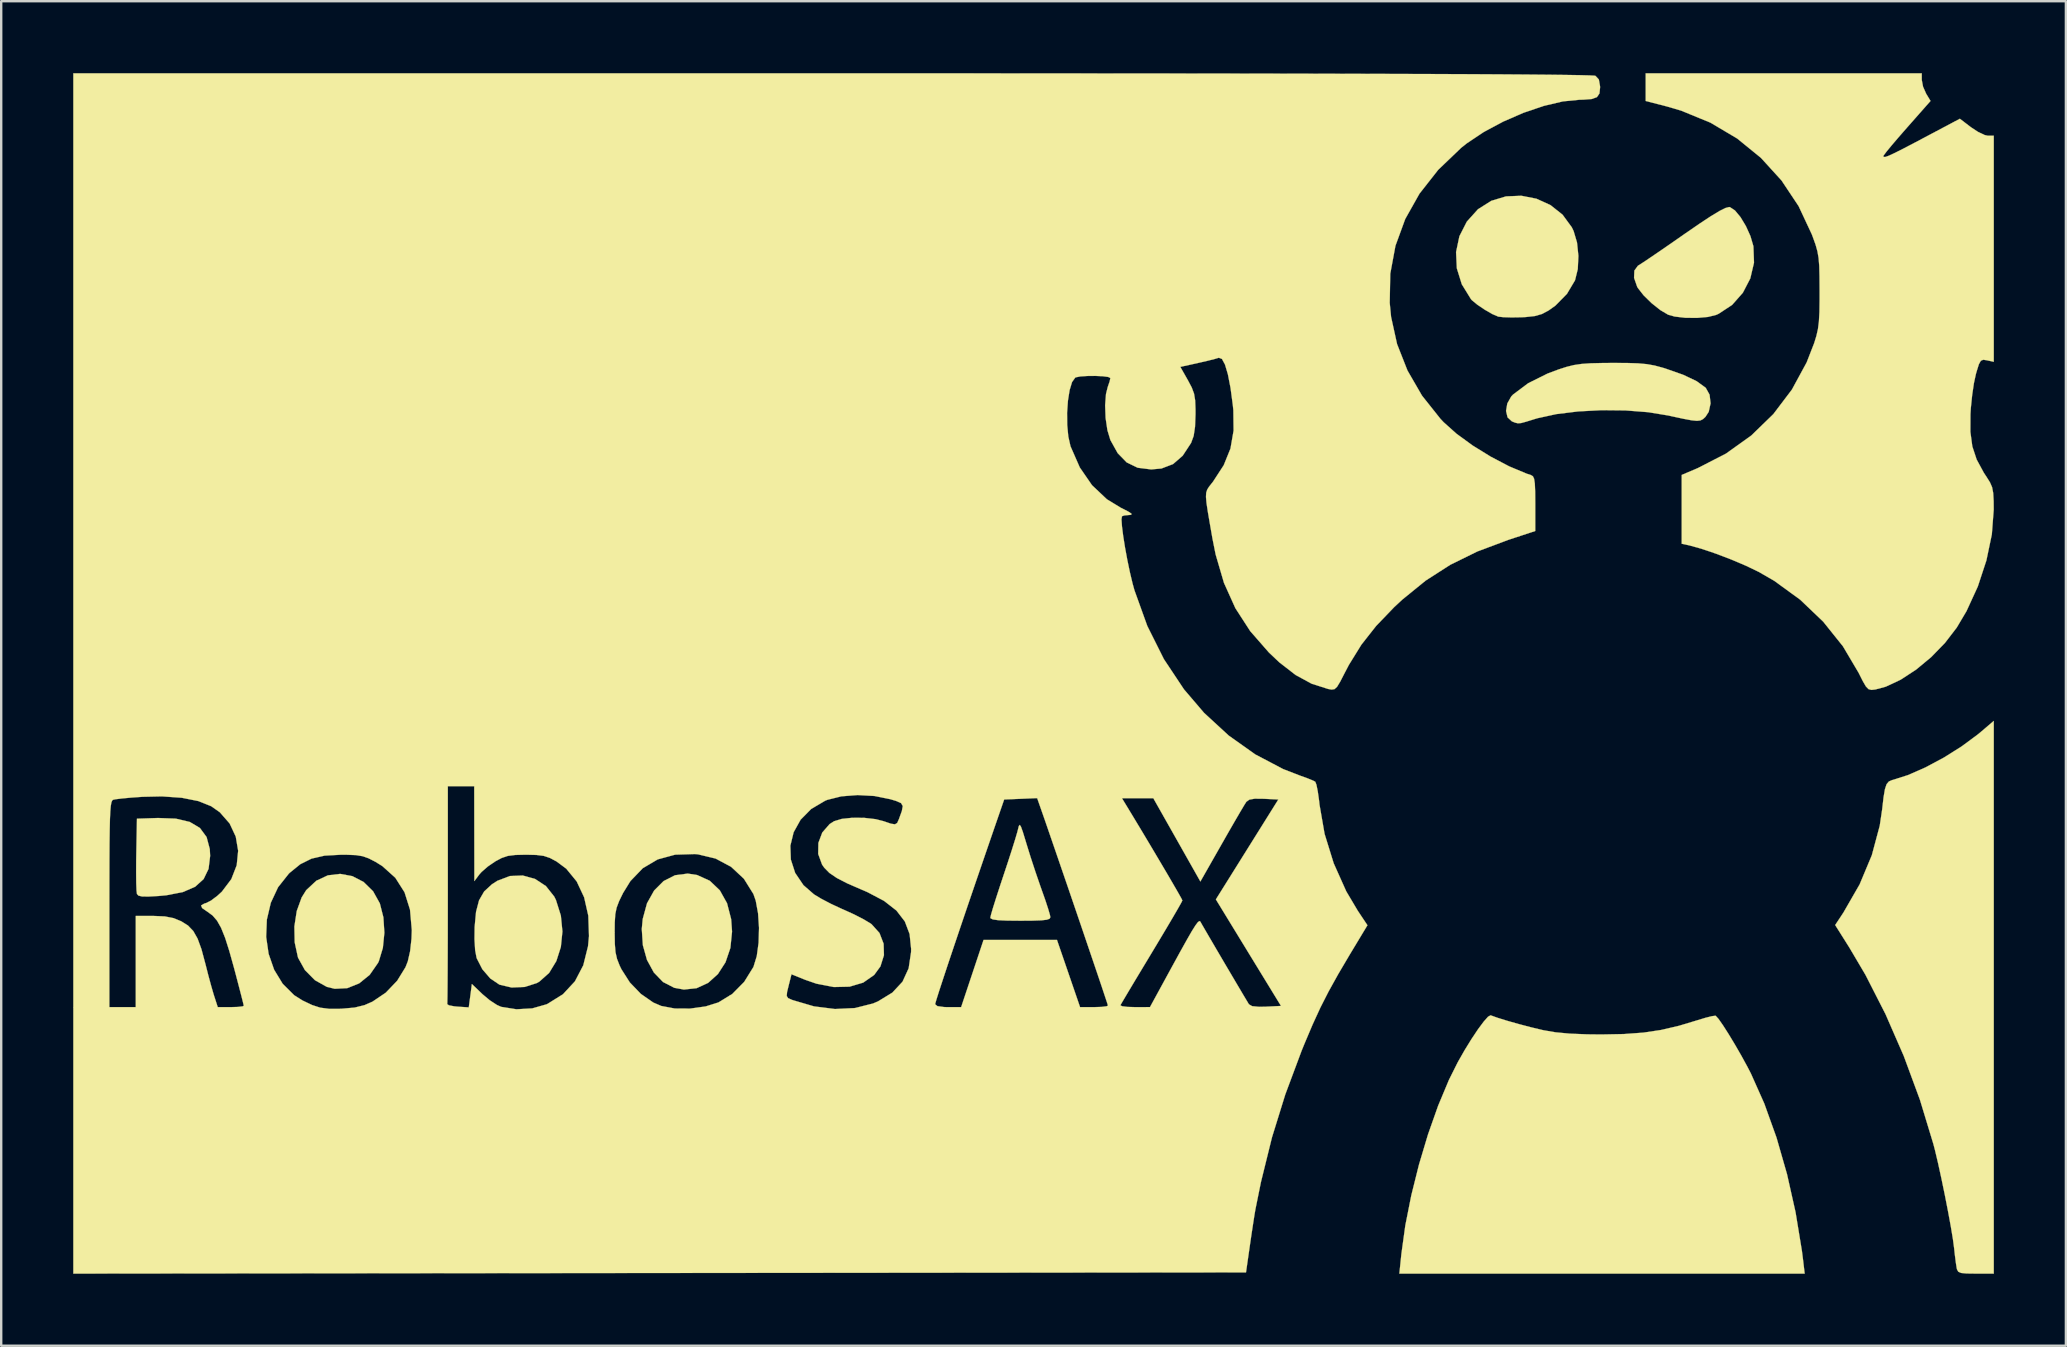
<source format=kicad_pcb>
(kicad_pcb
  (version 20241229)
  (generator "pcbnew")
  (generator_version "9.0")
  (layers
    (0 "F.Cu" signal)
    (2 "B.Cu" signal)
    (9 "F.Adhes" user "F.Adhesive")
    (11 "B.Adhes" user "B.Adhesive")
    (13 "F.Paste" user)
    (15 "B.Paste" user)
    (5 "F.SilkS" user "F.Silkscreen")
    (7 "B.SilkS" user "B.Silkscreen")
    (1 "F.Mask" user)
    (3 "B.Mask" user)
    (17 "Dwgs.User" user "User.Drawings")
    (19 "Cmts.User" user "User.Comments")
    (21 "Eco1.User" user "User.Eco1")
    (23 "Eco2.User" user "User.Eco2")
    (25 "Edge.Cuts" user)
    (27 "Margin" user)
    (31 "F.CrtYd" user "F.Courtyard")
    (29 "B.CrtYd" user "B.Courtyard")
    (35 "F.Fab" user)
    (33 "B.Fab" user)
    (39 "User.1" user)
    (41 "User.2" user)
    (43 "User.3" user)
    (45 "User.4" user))
  (footprint "board"
    (layer "F.Cu")
    (at 40.005 25.005)
    (property "Reference" "board" (at 0 0 0) (layer "F.SilkS") (effects (font (size 1.524 1.524) (thickness 0.3))))
    (attr through_hole)
    (fp_poly (pts (xy -35.73 6.048) (xy -35.149 6.185) (xy -34.725 6.439) (xy -34.449 6.814) (xy -34.316 7.314) (xy -34.301 7.6) (xy -34.367 8.139) (xy -34.572 8.564) (xy -34.925 8.884) (xy -35.439 9.107) (xy -36.122 9.239) (xy -36.438 9.269) (xy -36.87 9.293) (xy -37.141 9.289) (xy -37.289 9.253) (xy -37.35 9.185) (xy -37.368 9.038) (xy -37.38 8.731) (xy -37.384 8.302) (xy -37.382 7.79) (xy -37.378 7.546) (xy -37.35 6.05) (xy -36.473 6.021) (xy -35.73 6.048)) (stroke (width 0.01) (type solid)) (fill yes) (layer "F.SilkS"))
    (fp_poly (pts (xy -14.013 8.397) (xy -13.487 8.636) (xy -13.069 9.034) (xy -12.768 9.572) (xy -12.597 10.233) (xy -12.56 10.754) (xy -12.629 11.434) (xy -12.832 12.03) (xy -13.148 12.521) (xy -13.555 12.888) (xy -14.035 13.11) (xy -14.565 13.167) (xy -14.968 13.094) (xy -15.435 12.853) (xy -15.818 12.456) (xy -16.103 11.934) (xy -16.275 11.32) (xy -16.32 10.645) (xy -16.28 10.226) (xy -16.102 9.573) (xy -15.805 9.042) (xy -15.41 8.647) (xy -14.936 8.406) (xy -14.405 8.336) (xy -14.013 8.397)) (stroke (width 0.01) (type solid)) (fill yes) (layer "F.SilkS"))
    (fp_poly (pts (xy -28.376 8.443) (xy -27.908 8.686) (xy -27.513 9.073) (xy -27.231 9.58) (xy -27.084 10.158) (xy -27.043 10.801) (xy -27.106 11.433) (xy -27.271 11.979) (xy -27.308 12.057) (xy -27.654 12.554) (xy -28.092 12.909) (xy -28.589 13.109) (xy -29.11 13.135) (xy -29.438 13.056) (xy -29.936 12.777) (xy -30.353 12.356) (xy -30.633 11.852) (xy -30.646 11.816) (xy -30.779 11.2) (xy -30.792 10.539) (xy -30.693 9.895) (xy -30.488 9.329) (xy -30.298 9.025) (xy -29.879 8.634) (xy -29.397 8.41) (xy -28.884 8.349) (xy -28.376 8.443)) (stroke (width 0.01) (type solid)) (fill yes) (layer "F.SilkS"))
    (fp_poly (pts (xy -20.763 8.561) (xy -20.313 8.857) (xy -19.968 9.292) (xy -19.895 9.439) (xy -19.691 10.086) (xy -19.626 10.749) (xy -19.691 11.393) (xy -19.879 11.98) (xy -20.179 12.473) (xy -20.585 12.835) (xy -20.696 12.898) (xy -21.198 13.059) (xy -21.744 13.082) (xy -22.245 12.964) (xy -22.255 12.959) (xy -22.63 12.706) (xy -22.962 12.321) (xy -23.193 11.87) (xy -23.203 11.841) (xy -23.262 11.527) (xy -23.289 11.069) (xy -23.283 10.56) (xy -23.224 9.928) (xy -23.099 9.45) (xy -22.887 9.082) (xy -22.566 8.785) (xy -22.337 8.637) (xy -21.815 8.438) (xy -21.277 8.417) (xy -20.763 8.561)) (stroke (width 0.01) (type solid)) (fill yes) (layer "F.SilkS"))
    (fp_poly (pts (xy -0.524 6.383) (xy -0.446 6.6) (xy -0.329 6.983) (xy -0.293 7.103) (xy -0.124 7.647) (xy 0.08 8.268) (xy 0.283 8.859) (xy 0.344 9.03) (xy 0.493 9.452) (xy 0.611 9.814) (xy 0.684 10.067) (xy 0.7 10.155) (xy 0.667 10.217) (xy 0.549 10.259) (xy 0.316 10.284) (xy -0.061 10.297) (xy -0.55 10.3) (xy -1.099 10.295) (xy -1.472 10.278) (xy -1.695 10.246) (xy -1.791 10.198) (xy -1.8 10.172) (xy -1.769 10.038) (xy -1.685 9.749) (xy -1.556 9.34) (xy -1.395 8.844) (xy -1.263 8.447) (xy -1.078 7.888) (xy -0.91 7.371) (xy -0.774 6.936) (xy -0.681 6.623) (xy -0.65 6.503) (xy -0.613 6.356) (xy -0.575 6.308) (xy -0.524 6.383)) (stroke (width 0.01) (type solid)) (fill yes) (layer "F.SilkS"))
    (fp_poly (pts (xy 20.952 -19.776) (xy 21.536 -19.51) (xy 22.038 -19.111) (xy 22.422 -18.587) (xy 22.498 -18.43) (xy 22.639 -17.953) (xy 22.697 -17.396) (xy 22.671 -16.844) (xy 22.558 -16.384) (xy 22.554 -16.374) (xy 22.222 -15.816) (xy 21.74 -15.325) (xy 21.458 -15.123) (xy 21.182 -14.976) (xy 20.886 -14.89) (xy 20.495 -14.847) (xy 20.3 -14.838) (xy 19.907 -14.832) (xy 19.573 -14.842) (xy 19.366 -14.864) (xy 19.355 -14.867) (xy 19.11 -14.973) (xy 18.794 -15.155) (xy 18.486 -15.363) (xy 18.261 -15.549) (xy 18.223 -15.591) (xy 17.84 -16.212) (xy 17.633 -16.877) (xy 17.601 -17.555) (xy 17.74 -18.214) (xy 18.049 -18.822) (xy 18.514 -19.339) (xy 19.067 -19.689) (xy 19.681 -19.874) (xy 20.321 -19.9) (xy 20.952 -19.776)) (stroke (width 0.01) (type solid)) (fill yes) (layer "F.SilkS"))
    (fp_poly (pts (xy 29.008 -19.427) (xy 29.218 -19.289) (xy 29.451 -19.009) (xy 29.675 -18.636) (xy 29.863 -18.221) (xy 29.983 -17.814) (xy 29.988 -17.785) (xy 30.012 -17.112) (xy 29.858 -16.457) (xy 29.547 -15.858) (xy 29.101 -15.354) (xy 28.539 -14.984) (xy 28.435 -14.937) (xy 28.093 -14.852) (xy 27.637 -14.812) (xy 27.15 -14.817) (xy 26.71 -14.868) (xy 26.436 -14.945) (xy 26.107 -15.139) (xy 25.743 -15.429) (xy 25.41 -15.756) (xy 25.174 -16.059) (xy 25.144 -16.113) (xy 25.016 -16.479) (xy 25.029 -16.784) (xy 25.178 -16.987) (xy 25.201 -17) (xy 25.341 -17.089) (xy 25.617 -17.273) (xy 26.001 -17.534) (xy 26.465 -17.853) (xy 26.98 -18.211) (xy 27.1 -18.295) (xy 27.729 -18.728) (xy 28.214 -19.048) (xy 28.574 -19.266) (xy 28.822 -19.39) (xy 28.975 -19.43) (xy 29.008 -19.427)) (stroke (width 0.01) (type solid)) (fill yes) (layer "F.SilkS"))
    (fp_poly (pts (xy 40 25) (xy 39.252 25) (xy 38.868 24.995) (xy 38.64 24.973) (xy 38.522 24.921) (xy 38.469 24.825) (xy 38.457 24.775) (xy 38.422 24.554) (xy 38.379 24.218) (xy 38.35 23.95) (xy 38.299 23.566) (xy 38.211 23.036) (xy 38.095 22.407) (xy 37.962 21.726) (xy 37.82 21.041) (xy 37.68 20.4) (xy 37.55 19.851) (xy 37.484 19.6) (xy 36.924 17.757) (xy 36.253 15.939) (xy 35.49 14.19) (xy 34.657 12.557) (xy 33.986 11.42) (xy 33.394 10.48) (xy 33.734 9.965) (xy 34.412 8.788) (xy 34.921 7.571) (xy 35.25 6.343) (xy 35.353 5.65) (xy 35.41 5.152) (xy 35.467 4.818) (xy 35.536 4.612) (xy 35.631 4.499) (xy 35.763 4.442) (xy 35.784 4.437) (xy 36.428 4.233) (xy 37.158 3.912) (xy 37.921 3.504) (xy 38.665 3.036) (xy 39.338 2.538) (xy 39.475 2.424) (xy 40 1.976) (xy 40 25)) (stroke (width 0.01) (type solid)) (fill yes) (layer "F.SilkS"))
    (fp_poly (pts (xy 24.713 -12.934) (xy 25.178 -12.919) (xy 25.546 -12.886) (xy 25.867 -12.829) (xy 26.192 -12.742) (xy 26.3 -12.71) (xy 27.058 -12.444) (xy 27.621 -12.177) (xy 27.995 -11.905) (xy 28.004 -11.896) (xy 28.162 -11.612) (xy 28.203 -11.252) (xy 28.126 -10.9) (xy 27.989 -10.689) (xy 27.888 -10.596) (xy 27.781 -10.541) (xy 27.633 -10.524) (xy 27.407 -10.547) (xy 27.066 -10.611) (xy 26.574 -10.717) (xy 26.45 -10.745) (xy 25.604 -10.884) (xy 24.657 -10.958) (xy 23.665 -10.968) (xy 22.685 -10.916) (xy 21.773 -10.804) (xy 20.987 -10.632) (xy 20.868 -10.596) (xy 20.523 -10.489) (xy 20.311 -10.432) (xy 20.175 -10.421) (xy 20.057 -10.45) (xy 19.925 -10.503) (xy 19.746 -10.669) (xy 19.683 -10.937) (xy 19.735 -11.246) (xy 19.899 -11.539) (xy 19.975 -11.619) (xy 20.605 -12.091) (xy 21.412 -12.493) (xy 21.874 -12.666) (xy 22.208 -12.773) (xy 22.507 -12.847) (xy 22.822 -12.894) (xy 23.202 -12.921) (xy 23.699 -12.933) (xy 24.1 -12.936) (xy 24.713 -12.934)) (stroke (width 0.01) (type solid)) (fill yes) (layer "F.SilkS"))
    (fp_poly (pts (xy 19.04 14.24) (xy 19.315 14.339) (xy 19.726 14.467) (xy 20.214 14.605) (xy 20.719 14.738) (xy 21.183 14.849) (xy 21.25 14.864) (xy 21.748 14.949) (xy 22.338 15.004) (xy 23.061 15.033) (xy 23.65 15.039) (xy 24.59 15.021) (xy 25.398 14.962) (xy 26.141 14.851) (xy 26.883 14.678) (xy 27.644 14.449) (xy 27.993 14.343) (xy 28.266 14.275) (xy 28.409 14.258) (xy 28.416 14.26) (xy 28.532 14.387) (xy 28.719 14.654) (xy 28.956 15.025) (xy 29.221 15.464) (xy 29.491 15.933) (xy 29.745 16.398) (xy 29.883 16.665) (xy 30.444 17.924) (xy 30.95 19.335) (xy 31.387 20.856) (xy 31.744 22.446) (xy 32.009 24.061) (xy 32.055 24.425) (xy 32.123 25) (xy 15.239 25) (xy 15.324 24.175) (xy 15.487 22.994) (xy 15.736 21.74) (xy 16.056 20.459) (xy 16.433 19.199) (xy 16.854 18.007) (xy 17.304 16.931) (xy 17.669 16.2) (xy 17.952 15.702) (xy 18.241 15.233) (xy 18.514 14.824) (xy 18.752 14.503) (xy 18.934 14.298) (xy 19.04 14.24) (xy 19.04 14.24)) (stroke (width 0.01) (type solid)) (fill yes) (layer "F.SilkS"))
    (fp_poly (pts (xy 37.001 -24.725) (xy 37.054 -24.445) (xy 37.182 -24.154) (xy 37.184 -24.15) (xy 37.366 -23.85) (xy 36.383 -22.736) (xy 36.038 -22.341) (xy 35.746 -21.999) (xy 35.53 -21.736) (xy 35.414 -21.581) (xy 35.4 -21.554) (xy 35.418 -21.516) (xy 35.488 -21.518) (xy 35.631 -21.569) (xy 35.869 -21.68) (xy 36.225 -21.859) (xy 36.72 -22.118) (xy 37.119 -22.329) (xy 38.588 -23.108) (xy 39.051 -22.754) (xy 39.348 -22.559) (xy 39.62 -22.43) (xy 39.758 -22.4) (xy 40 -22.4) (xy 40 -12.984) (xy 39.718 -13.046) (xy 39.563 -13.069) (xy 39.462 -13.028) (xy 39.381 -12.883) (xy 39.291 -12.596) (xy 39.257 -12.479) (xy 39.174 -12.097) (xy 39.1 -11.596) (xy 39.045 -11.059) (xy 39.029 -10.8) (xy 39.026 -10.066) (xy 39.107 -9.458) (xy 39.288 -8.911) (xy 39.585 -8.363) (xy 39.702 -8.185) (xy 39.842 -7.962) (xy 39.93 -7.76) (xy 39.976 -7.521) (xy 39.995 -7.186) (xy 39.998 -6.825) (xy 39.92 -5.794) (xy 39.693 -4.709) (xy 39.336 -3.624) (xy 38.864 -2.596) (xy 38.459 -1.913) (xy 37.969 -1.275) (xy 37.392 -0.681) (xy 36.764 -0.16) (xy 36.122 0.259) (xy 35.504 0.549) (xy 35.07 0.666) (xy 34.905 0.685) (xy 34.784 0.654) (xy 34.674 0.541) (xy 34.541 0.312) (xy 34.372 -0.025) (xy 33.717 -1.132) (xy 32.896 -2.157) (xy 31.934 -3.075) (xy 30.856 -3.859) (xy 30.211 -4.231) (xy 29.685 -4.484) (xy 29.069 -4.746) (xy 28.426 -4.991) (xy 27.824 -5.195) (xy 27.325 -5.334) (xy 27.275 -5.345) (xy 27 -5.404) (xy 27 -8.27) (xy 27.663 -8.552) (xy 28.842 -9.157) (xy 29.898 -9.912) (xy 30.818 -10.805) (xy 31.591 -11.825) (xy 32.206 -12.958) (xy 32.518 -13.759) (xy 32.611 -14.06) (xy 32.676 -14.346) (xy 32.716 -14.663) (xy 32.738 -15.058) (xy 32.745 -15.579) (xy 32.745 -15.95) (xy 32.741 -16.538) (xy 32.73 -16.974) (xy 32.703 -17.307) (xy 32.655 -17.584) (xy 32.58 -17.854) (xy 32.469 -18.164) (xy 32.423 -18.288) (xy 31.87 -19.469) (xy 31.159 -20.537) (xy 30.301 -21.479) (xy 29.31 -22.286) (xy 28.196 -22.946) (xy 26.975 -23.447) (xy 26.375 -23.623) (xy 25.5 -23.848) (xy 25.5 -25) (xy 37 -25) (xy 37.001 -24.725)) (stroke (width 0.01) (type solid)) (fill yes) (layer "F.SilkS"))
    (fp_poly (pts (xy -5.009 -25) (xy -1.823 -24.999) (xy 1.166 -24.997) (xy 3.96 -24.995) (xy 6.559 -24.993) (xy 8.966 -24.99) (xy 11.182 -24.986) (xy 13.208 -24.981) (xy 15.046 -24.976) (xy 16.697 -24.971) (xy 18.163 -24.965) (xy 19.445 -24.958) (xy 20.545 -24.95) (xy 21.465 -24.942) (xy 22.205 -24.933) (xy 22.767 -24.924) (xy 23.153 -24.914) (xy 23.363 -24.903) (xy 23.407 -24.896) (xy 23.549 -24.743) (xy 23.599 -24.46) (xy 23.6 -24.408) (xy 23.574 -24.161) (xy 23.47 -24.009) (xy 23.252 -23.93) (xy 22.883 -23.902) (xy 22.75 -23.901) (xy 22.049 -23.831) (xy 21.251 -23.643) (xy 20.405 -23.355) (xy 19.557 -22.986) (xy 18.756 -22.557) (xy 18.049 -22.085) (xy 17.817 -21.901) (xy 16.856 -20.98) (xy 16.077 -19.988) (xy 15.483 -18.932) (xy 15.076 -17.818) (xy 14.86 -16.652) (xy 14.837 -15.439) (xy 14.894 -14.853) (xy 15.143 -13.722) (xy 15.577 -12.62) (xy 16.182 -11.574) (xy 16.945 -10.614) (xy 17.083 -10.467) (xy 17.62 -9.986) (xy 18.294 -9.495) (xy 19.046 -9.031) (xy 19.816 -8.627) (xy 20.548 -8.321) (xy 20.725 -8.262) (xy 20.802 -8.215) (xy 20.852 -8.11) (xy 20.882 -7.911) (xy 20.896 -7.583) (xy 20.9 -7.092) (xy 20.9 -7.07) (xy 20.9 -5.935) (xy 19.763 -5.561) (xy 18.489 -5.083) (xy 17.362 -4.529) (xy 16.336 -3.87) (xy 15.363 -3.079) (xy 15.025 -2.765) (xy 14.271 -1.98) (xy 13.658 -1.201) (xy 13.14 -0.364) (xy 12.959 -0.018) (xy 12.774 0.341) (xy 12.645 0.554) (xy 12.537 0.653) (xy 12.416 0.671) (xy 12.27 0.645) (xy 11.585 0.427) (xy 10.916 0.063) (xy 10.237 -0.464) (xy 9.803 -0.875) (xy 9.026 -1.764) (xy 8.407 -2.721) (xy 7.932 -3.775) (xy 7.586 -4.955) (xy 7.457 -5.6) (xy 7.342 -6.258) (xy 7.258 -6.749) (xy 7.205 -7.104) (xy 7.183 -7.354) (xy 7.192 -7.528) (xy 7.234 -7.658) (xy 7.307 -7.775) (xy 7.412 -7.909) (xy 7.478 -7.992) (xy 7.922 -8.675) (xy 8.203 -9.368) (xy 8.333 -10.117) (xy 8.323 -10.966) (xy 8.301 -11.183) (xy 8.206 -11.895) (xy 8.096 -12.461) (xy 7.975 -12.869) (xy 7.848 -13.103) (xy 7.718 -13.152) (xy 7.718 -13.152) (xy 7.543 -13.1) (xy 7.236 -13.023) (xy 6.862 -12.937) (xy 6.834 -12.93) (xy 6.114 -12.772) (xy 6.432 -12.211) (xy 6.591 -11.911) (xy 6.686 -11.657) (xy 6.732 -11.378) (xy 6.746 -11.001) (xy 6.746 -10.8) (xy 6.727 -10.276) (xy 6.67 -9.897) (xy 6.566 -9.613) (xy 6.56 -9.6) (xy 6.213 -9.071) (xy 5.812 -8.723) (xy 5.33 -8.539) (xy 4.9 -8.5) (xy 4.338 -8.57) (xy 3.88 -8.792) (xy 3.504 -9.179) (xy 3.201 -9.724) (xy 3.077 -10.133) (xy 3.002 -10.64) (xy 2.982 -11.169) (xy 3.018 -11.644) (xy 3.09 -11.932) (xy 3.169 -12.163) (xy 3.2 -12.307) (xy 3.11 -12.352) (xy 2.881 -12.382) (xy 2.571 -12.396) (xy 2.241 -12.393) (xy 1.951 -12.374) (xy 1.76 -12.336) (xy 1.735 -12.323) (xy 1.604 -12.139) (xy 1.502 -11.803) (xy 1.432 -11.361) (xy 1.397 -10.861) (xy 1.402 -10.348) (xy 1.448 -9.868) (xy 1.538 -9.469) (xy 1.541 -9.46) (xy 1.927 -8.581) (xy 2.435 -7.843) (xy 3.054 -7.258) (xy 3.632 -6.905) (xy 3.942 -6.747) (xy 4.082 -6.653) (xy 4.067 -6.609) (xy 3.992 -6.603) (xy 3.779 -6.583) (xy 3.683 -6.549) (xy 3.663 -6.418) (xy 3.683 -6.131) (xy 3.734 -5.728) (xy 3.81 -5.25) (xy 3.905 -4.734) (xy 4.012 -4.222) (xy 4.124 -3.751) (xy 4.202 -3.469) (xy 4.739 -1.978) (xy 5.43 -0.596) (xy 6.266 0.661) (xy 7.104 1.642) (xy 8.129 2.586) (xy 9.235 3.371) (xy 10.396 3.982) (xy 11.1 4.255) (xy 11.414 4.368) (xy 11.65 4.465) (xy 11.737 4.512) (xy 11.785 4.638) (xy 11.84 4.913) (xy 11.893 5.288) (xy 11.912 5.464) (xy 12.124 6.683) (xy 12.503 7.907) (xy 13.026 9.075) (xy 13.511 9.892) (xy 13.909 10.488) (xy 13.167 11.719) (xy 12.688 12.531) (xy 12.292 13.244) (xy 11.947 13.922) (xy 11.622 14.63) (xy 11.283 15.431) (xy 11.163 15.726) (xy 10.487 17.536) (xy 9.931 19.329) (xy 9.473 21.185) (xy 9.242 22.324) (xy 9.203 22.554) (xy 9.145 22.927) (xy 9.075 23.389) (xy 9.015 23.8) (xy 8.85 24.95) (xy -15.575 24.975) (xy -40 25) (xy -40 9.611) (xy -38.5 9.611) (xy -38.5 13.9) (xy -37.4 13.9) (xy -37.4 10.1) (xy -36.671 10.1) (xy -36.188 10.121) (xy -35.82 10.193) (xy -35.502 10.325) (xy -35.223 10.5) (xy -35.004 10.728) (xy -34.824 11.045) (xy -34.663 11.486) (xy -34.501 12.09) (xy -34.498 12.101) (xy -34.381 12.561) (xy -34.259 13.012) (xy -34.155 13.37) (xy -34.137 13.425) (xy -33.984 13.9) (xy -33.442 13.9) (xy -33.143 13.891) (xy -32.946 13.867) (xy -32.9 13.845) (xy -32.924 13.734) (xy -32.992 13.464) (xy -33.094 13.07) (xy -33.221 12.585) (xy -33.303 12.277) (xy -33.504 11.556) (xy -33.68 11.004) (xy -33.693 10.973) (xy -31.968 10.973) (xy -31.865 11.681) (xy -31.635 12.343) (xy -31.279 12.927) (xy -30.803 13.401) (xy -30.45 13.624) (xy -30.052 13.813) (xy -29.716 13.922) (xy -29.36 13.968) (xy -28.903 13.968) (xy -28.8 13.964) (xy -28.282 13.918) (xy -27.869 13.816) (xy -27.776 13.775) (xy -24.425 13.775) (xy -24.351 13.825) (xy -24.135 13.866) (xy -23.989 13.88) (xy -23.527 13.91) (xy -23.462 13.423) (xy -23.398 12.936) (xy -22.951 13.365) (xy -22.653 13.614) (xy -22.353 13.81) (xy -22.177 13.888) (xy -21.541 13.989) (xy -20.884 13.952) (xy -20.289 13.783) (xy -20.248 13.764) (xy -19.603 13.362) (xy -19.105 12.825) (xy -18.757 12.157) (xy -18.559 11.362) (xy -18.519 10.941) (xy -18.524 10.79) (xy -17.45 10.79) (xy -17.443 11.268) (xy -17.415 11.612) (xy -17.352 11.889) (xy -17.244 12.165) (xy -17.169 12.321) (xy -16.818 12.871) (xy -16.358 13.349) (xy -15.841 13.708) (xy -15.509 13.851) (xy -14.95 13.956) (xy -14.305 13.96) (xy -13.659 13.87) (xy -13.126 13.703) (xy -12.686 13.434) (xy -10.283 13.434) (xy -10.226 13.523) (xy -10.081 13.589) (xy -10.025 13.61) (xy -9.146 13.868) (xy -8.272 13.978) (xy -7.44 13.938) (xy -6.811 13.779) (xy -4.1 13.779) (xy -4.003 13.859) (xy -3.717 13.897) (xy -3.558 13.9) (xy -3.017 13.9) (xy -2.55 12.5) (xy -2.083 11.1) (xy 0.976 11.1) (xy 1.938 13.9) (xy 2.519 13.9) (xy 2.83 13.89) (xy 3.041 13.864) (xy 3.1 13.836) (xy 3.096 13.823) (xy 3.617 13.823) (xy 3.69 13.862) (xy 3.913 13.89) (xy 4.217 13.899) (xy 4.85 13.898) (xy 5.75 12.248) (xy 6.111 11.589) (xy 6.39 11.089) (xy 6.597 10.729) (xy 6.746 10.492) (xy 6.846 10.36) (xy 6.91 10.314) (xy 6.949 10.336) (xy 6.956 10.35) (xy 7.015 10.456) (xy 7.158 10.703) (xy 7.366 11.06) (xy 7.621 11.496) (xy 7.905 11.98) (xy 8.2 12.48) (xy 8.487 12.966) (xy 8.748 13.407) (xy 8.966 13.771) (xy 8.972 13.781) (xy 9.106 13.859) (xy 9.399 13.887) (xy 9.679 13.881) (xy 10.308 13.85) (xy 8.951 11.631) (xy 7.595 9.412) (xy 8.896 7.331) (xy 10.197 5.25) (xy 9.588 5.22) (xy 9.215 5.216) (xy 8.991 5.255) (xy 8.865 5.346) (xy 8.861 5.352) (xy 8.775 5.488) (xy 8.609 5.767) (xy 8.381 6.158) (xy 8.109 6.63) (xy 7.847 7.09) (xy 6.95 8.666) (xy 5.971 6.933) (xy 4.991 5.2) (xy 3.684 5.2) (xy 3.882 5.525) (xy 4.209 6.065) (xy 4.555 6.64) (xy 4.903 7.223) (xy 5.239 7.789) (xy 5.548 8.312) (xy 5.813 8.766) (xy 6.021 9.126) (xy 6.155 9.364) (xy 6.2 9.456) (xy 6.15 9.556) (xy 6.011 9.802) (xy 5.796 10.172) (xy 5.519 10.641) (xy 5.194 11.185) (xy 4.925 11.633) (xy 4.572 12.219) (xy 4.253 12.749) (xy 3.984 13.199) (xy 3.779 13.544) (xy 3.652 13.76) (xy 3.617 13.823) (xy 3.096 13.823) (xy 3.069 13.734) (xy 2.98 13.466) (xy 2.843 13.054) (xy 2.664 12.523) (xy 2.451 11.895) (xy 2.212 11.192) (xy 1.956 10.438) (xy 1.689 9.656) (xy 1.42 8.869) (xy 1.156 8.1) (xy 0.906 7.372) (xy 0.677 6.707) (xy 0.478 6.129) (xy 0.318 5.671) (xy 0.15 5.192) (xy -0.537 5.221) (xy -1.224 5.25) (xy -1.656 6.5) (xy -2.029 7.585) (xy -2.389 8.635) (xy -2.73 9.633) (xy -3.045 10.562) (xy -3.329 11.405) (xy -3.578 12.147) (xy -3.784 12.771) (xy -3.944 13.259) (xy -4.05 13.596) (xy -4.098 13.765) (xy -4.1 13.779) (xy -6.811 13.779) (xy -6.689 13.749) (xy -6.478 13.659) (xy -5.881 13.294) (xy -5.459 12.841) (xy -5.203 12.283) (xy -5.102 11.605) (xy -5.1 11.469) (xy -5.163 10.855) (xy -5.362 10.33) (xy -5.712 9.876) (xy -6.227 9.474) (xy -6.923 9.107) (xy -7.165 9.003) (xy -7.761 8.744) (xy -8.197 8.519) (xy -8.506 8.308) (xy -8.721 8.089) (xy -8.81 7.96) (xy -8.971 7.52) (xy -8.963 7.057) (xy -8.8 6.624) (xy -8.496 6.275) (xy -8.309 6.155) (xy -7.989 6.058) (xy -7.546 6.011) (xy -7.053 6.015) (xy -6.58 6.069) (xy -6.25 6.153) (xy -5.945 6.257) (xy -5.773 6.284) (xy -5.68 6.227) (xy -5.613 6.079) (xy -5.611 6.075) (xy -5.486 5.73) (xy -5.448 5.522) (xy -5.52 5.4) (xy -5.723 5.311) (xy -5.97 5.237) (xy -6.627 5.104) (xy -7.33 5.065) (xy -8.006 5.118) (xy -8.587 5.263) (xy -8.679 5.3) (xy -9.264 5.645) (xy -9.704 6.092) (xy -9.994 6.613) (xy -10.131 7.175) (xy -10.111 7.751) (xy -9.931 8.308) (xy -9.586 8.818) (xy -9.146 9.202) (xy -8.843 9.385) (xy -8.432 9.6) (xy -7.991 9.805) (xy -7.898 9.845) (xy -7.479 10.035) (xy -7.089 10.235) (xy -6.798 10.409) (xy -6.746 10.447) (xy -6.418 10.811) (xy -6.246 11.257) (xy -6.232 11.737) (xy -6.378 12.202) (xy -6.639 12.559) (xy -7.096 12.878) (xy -7.664 13.047) (xy -8.32 13.062) (xy -9.043 12.923) (xy -9.509 12.762) (xy -10.084 12.53) (xy -10.192 12.959) (xy -10.267 13.266) (xy -10.283 13.434) (xy -12.686 13.434) (xy -12.554 13.354) (xy -12.055 12.849) (xy -11.673 12.233) (xy -11.664 12.212) (xy -11.53 11.776) (xy -11.454 11.216) (xy -11.436 10.598) (xy -11.476 9.992) (xy -11.573 9.463) (xy -11.67 9.187) (xy -12.066 8.552) (xy -12.599 8.055) (xy -13.245 7.71) (xy -13.981 7.534) (xy -14.107 7.523) (xy -14.931 7.548) (xy -15.656 7.745) (xy -16.279 8.113) (xy -16.794 8.649) (xy -17.1 9.145) (xy -17.265 9.483) (xy -17.368 9.754) (xy -17.424 10.027) (xy -17.446 10.371) (xy -17.45 10.79) (xy -18.524 10.79) (xy -18.548 10.09) (xy -18.722 9.323) (xy -19.032 8.663) (xy -19.467 8.132) (xy -19.867 7.834) (xy -20.146 7.685) (xy -20.403 7.599) (xy -20.71 7.56) (xy -21.142 7.55) (xy -21.15 7.55) (xy -21.587 7.56) (xy -21.897 7.599) (xy -22.154 7.685) (xy -22.416 7.824) (xy -22.728 8.037) (xy -22.995 8.269) (xy -23.088 8.374) (xy -23.294 8.65) (xy -23.3 4.7) (xy -24.4 4.7) (xy -24.4 9.2) (xy -24.401 10.13) (xy -24.402 10.999) (xy -24.405 11.786) (xy -24.408 12.47) (xy -24.412 13.031) (xy -24.416 13.449) (xy -24.421 13.703) (xy -24.425 13.775) (xy -27.776 13.775) (xy -27.538 13.671) (xy -26.984 13.297) (xy -26.509 12.8) (xy -26.163 12.237) (xy -26.067 11.994) (xy -25.971 11.571) (xy -25.913 11.05) (xy -25.9 10.692) (xy -25.975 9.84) (xy -26.203 9.115) (xy -26.586 8.512) (xy -27.127 8.025) (xy -27.414 7.847) (xy -27.698 7.701) (xy -27.946 7.613) (xy -28.228 7.567) (xy -28.609 7.552) (xy -28.85 7.551) (xy -29.531 7.588) (xy -30.078 7.713) (xy -30.545 7.945) (xy -30.986 8.303) (xy -31.026 8.342) (xy -31.471 8.904) (xy -31.774 9.552) (xy -31.939 10.253) (xy -31.968 10.973) (xy -33.693 10.973) (xy -33.846 10.593) (xy -34.015 10.295) (xy -34.198 10.083) (xy -34.407 9.93) (xy -34.635 9.772) (xy -34.679 9.664) (xy -34.543 9.585) (xy -34.463 9.562) (xy -34.263 9.46) (xy -33.998 9.26) (xy -33.812 9.089) (xy -33.419 8.568) (xy -33.194 7.989) (xy -33.134 7.387) (xy -33.234 6.795) (xy -33.49 6.248) (xy -33.898 5.782) (xy -34.257 5.53) (xy -34.79 5.316) (xy -35.482 5.178) (xy -36.308 5.12) (xy -37.121 5.138) (xy -37.577 5.17) (xy -37.967 5.206) (xy -38.243 5.24) (xy -38.346 5.262) (xy -38.383 5.295) (xy -38.415 5.375) (xy -38.44 5.518) (xy -38.46 5.743) (xy -38.475 6.065) (xy -38.485 6.503) (xy -38.493 7.074) (xy -38.497 7.796) (xy -38.499 8.685) (xy -38.5 9.611) (xy -40 9.611) (xy -40 -25) (xy -8.393 -25) (xy -5.009 -25)) (stroke (width 0.01) (type solid)) (fill yes) (layer "F.SilkS")))
  (gr_rect
    (start -3 -3)
    (end 83.01 53.01)
    (stroke (width 0.1) (type default))
    (fill no)
    (layer "Edge.Cuts")))
</source>
